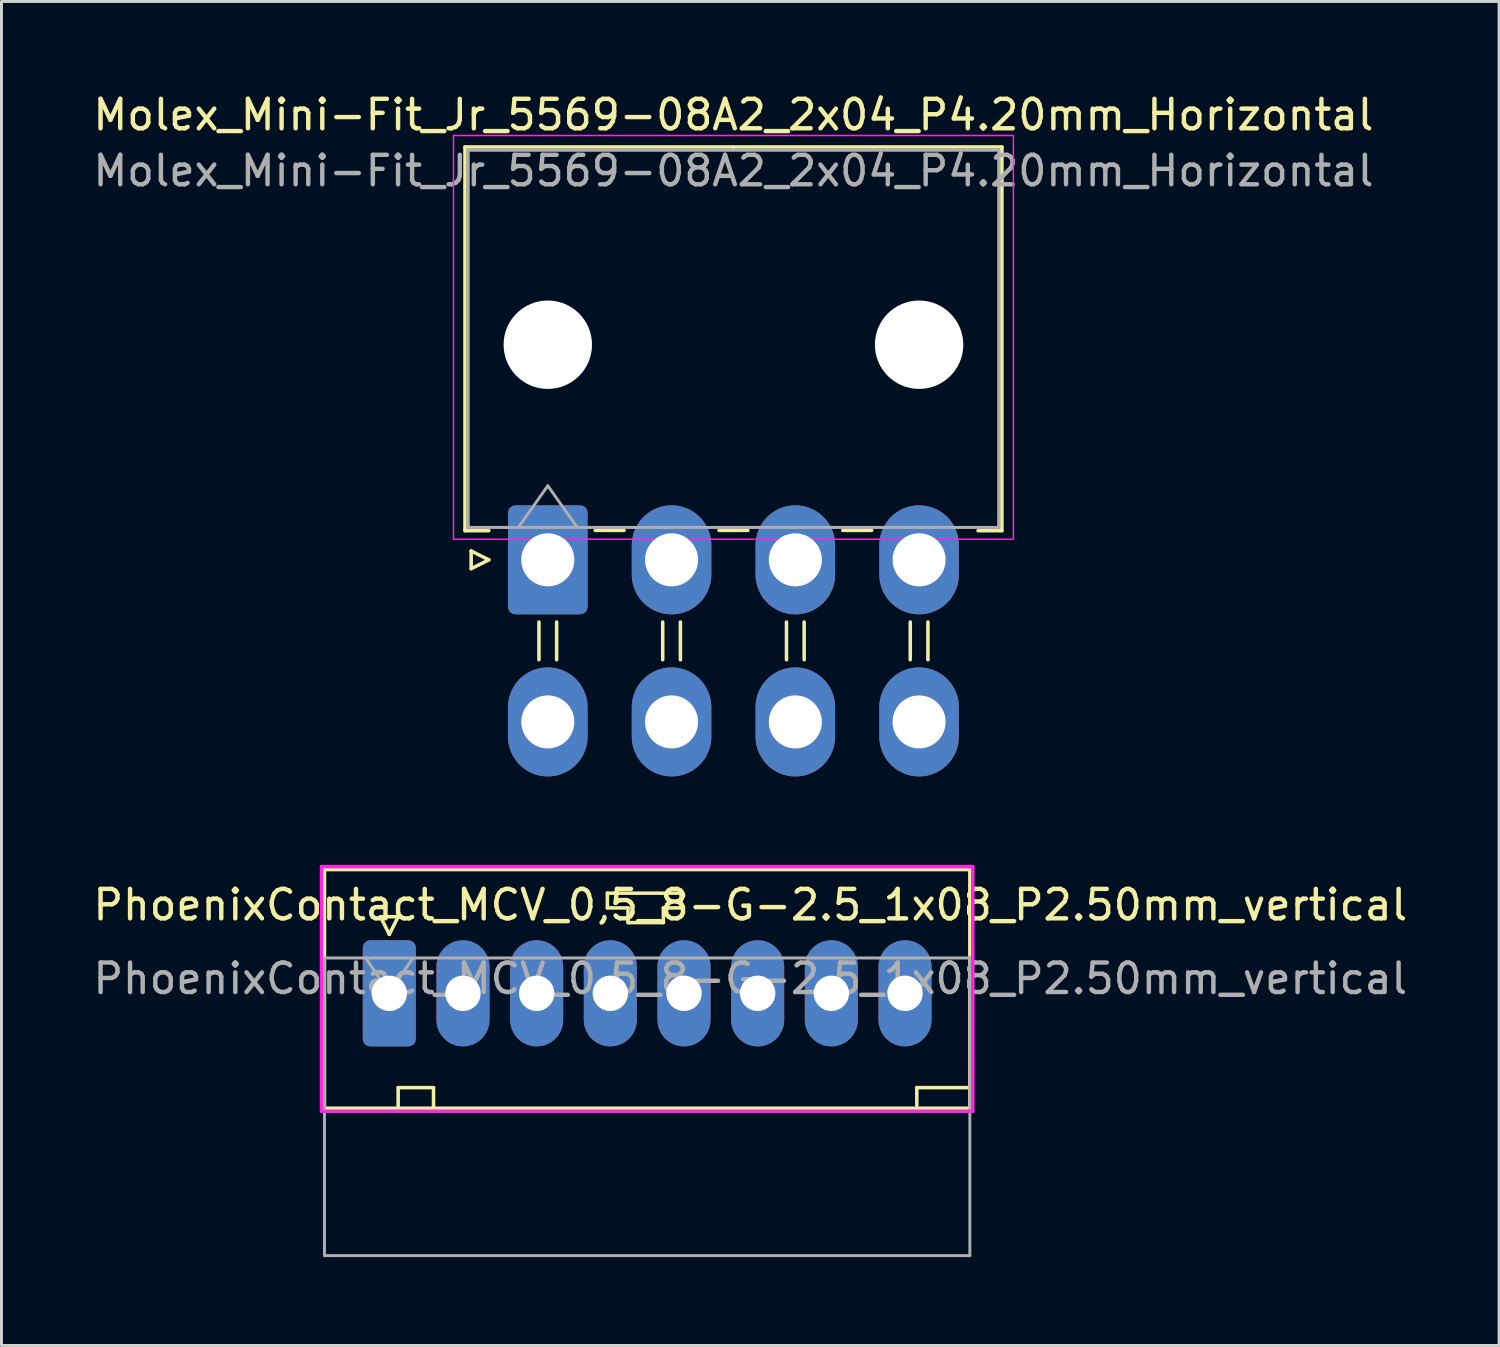
<source format=kicad_pcb>
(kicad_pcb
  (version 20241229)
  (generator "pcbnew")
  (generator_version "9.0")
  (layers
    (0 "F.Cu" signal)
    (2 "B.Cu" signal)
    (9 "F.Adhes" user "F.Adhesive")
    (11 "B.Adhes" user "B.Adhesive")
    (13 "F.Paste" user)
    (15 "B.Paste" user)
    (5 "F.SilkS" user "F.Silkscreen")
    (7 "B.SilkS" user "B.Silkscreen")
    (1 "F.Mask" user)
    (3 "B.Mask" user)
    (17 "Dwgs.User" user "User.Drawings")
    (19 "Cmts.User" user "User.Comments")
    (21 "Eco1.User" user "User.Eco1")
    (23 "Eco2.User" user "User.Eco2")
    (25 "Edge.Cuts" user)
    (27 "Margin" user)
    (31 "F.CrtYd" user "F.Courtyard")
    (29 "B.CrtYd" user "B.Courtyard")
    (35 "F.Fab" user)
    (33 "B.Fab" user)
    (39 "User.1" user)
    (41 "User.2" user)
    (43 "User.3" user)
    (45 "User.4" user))
  (footprint "PhoenixContact_MCV_0,5_8-G-2.5_1x08_P2.50mm_vertical"
    (layer "F.Cu")
    (at 10.161 30.658)
    (property "Reference" "PhoenixContact_MCV_0,5_8-G-2.5_1x08_P2.50mm_vertical" (at 12.25 -3 0) (layer "F.SilkS") (effects (font (size 1 1) (thickness 0.15))))
    (attr through_hole)
    (fp_line (start -2.2 -4.2) (end -2.2 3.9) (stroke (width 0.12) (type solid)) (layer "F.SilkS"))
    (fp_line (start -2.2 3.9) (end 19.7 3.9) (stroke (width 0.12) (type solid)) (layer "F.SilkS"))
    (fp_line (start -0.3 -2.6) (end 0.3 -2.6) (stroke (width 0.12) (type solid)) (layer "F.SilkS"))
    (fp_line (start 0 -2) (end -0.3 -2.6) (stroke (width 0.12) (type solid)) (layer "F.SilkS"))
    (fp_line (start 0.3 -2.6) (end 0 -2) (stroke (width 0.12) (type solid)) (layer "F.SilkS"))
    (fp_line (start 0.3 3.2) (end 1.5 3.2) (stroke (width 0.12) (type solid)) (layer "F.SilkS"))
    (fp_line (start 0.3 3.9) (end 0.3 3.2) (stroke (width 0.12) (type solid)) (layer "F.SilkS"))
    (fp_line (start 1.5 3.2) (end 1.5 3.9) (stroke (width 0.12) (type solid)) (layer "F.SilkS"))
    (fp_line (start 7.4 -3.4) (end 9.9 -3.4) (stroke (width 0.12) (type solid)) (layer "F.SilkS"))
    (fp_line (start 7.4 -2.9) (end 7.4 -3.4) (stroke (width 0.12) (type solid)) (layer "F.SilkS"))
    (fp_line (start 8.1 -2.9) (end 7.4 -2.9) (stroke (width 0.12) (type solid)) (layer "F.SilkS"))
    (fp_line (start 8.1 -2.4) (end 8.1 -2.9) (stroke (width 0.12) (type solid)) (layer "F.SilkS"))
    (fp_line (start 9.3 -2.9) (end 9.3 -2.4) (stroke (width 0.12) (type solid)) (layer "F.SilkS"))
    (fp_line (start 9.3 -2.4) (end 8.1 -2.4) (stroke (width 0.12) (type solid)) (layer "F.SilkS"))
    (fp_line (start 9.9 -3.4) (end 9.9 -2.9) (stroke (width 0.12) (type solid)) (layer "F.SilkS"))
    (fp_line (start 9.9 -2.9) (end 9.3 -2.9) (stroke (width 0.12) (type solid)) (layer "F.SilkS"))
    (fp_line (start 17.9 3.2) (end 17.9 3.8) (stroke (width 0.12) (type solid)) (layer "F.SilkS"))
    (fp_line (start 19.7 -4.2) (end -2.2 -4.2) (stroke (width 0.12) (type solid)) (layer "F.SilkS"))
    (fp_line (start 19.7 3.2) (end 17.9 3.2) (stroke (width 0.12) (type solid)) (layer "F.SilkS"))
    (fp_line (start 19.7 3.9) (end 19.7 -4.2) (stroke (width 0.12) (type solid)) (layer "F.SilkS"))
    (fp_line (start -2.3 -4.3) (end 19.8 -4.3) (stroke (width 0.12) (type solid)) (layer "F.CrtYd"))
    (fp_line (start -2.3 4) (end -2.3 -4.3) (stroke (width 0.12) (type solid)) (layer "F.CrtYd"))
    (fp_line (start 19.8 -4.3) (end 19.8 4) (stroke (width 0.12) (type solid)) (layer "F.CrtYd"))
    (fp_line (start 19.8 4) (end -2.3 4) (stroke (width 0.12) (type solid)) (layer "F.CrtYd"))
    (fp_line (start -2.2 -1.2) (end -2.2 8.9) (stroke (width 0.1) (type solid)) (layer "F.Fab"))
    (fp_line (start -2.2 8.9) (end 19.7 8.9) (stroke (width 0.1) (type solid)) (layer "F.Fab"))
    (fp_line (start 0 0) (end -0.8 -1.2) (stroke (width 0.1) (type solid)) (layer "F.Fab"))
    (fp_line (start 0.8 -1.2) (end 0 0) (stroke (width 0.1) (type solid)) (layer "F.Fab"))
    (fp_line (start 19.7 -1.2) (end -2.2 -1.2) (stroke (width 0.1) (type solid)) (layer "F.Fab"))
    (fp_line (start 19.7 8.9) (end 19.7 -1.2) (stroke (width 0.1) (type solid)) (layer "F.Fab"))
    (fp_text user "${REFERENCE}" (at 12.25 -0.5 0) (layer "F.Fab") (effects (font (size 1 1) (thickness 0.15))))
    (pad "1" thru_hole roundrect (at 0 0) (size 1.8 3.6) (drill 1.2) (layers "*.Cu" "*.Mask") (roundrect_rratio 0.139))
    (pad "2" thru_hole oval (at 2.5 0) (size 1.8 3.6) (drill 1.2) (layers "*.Cu" "*.Mask"))
    (pad "3" thru_hole oval (at 5 0) (size 1.8 3.6) (drill 1.2) (layers "*.Cu" "*.Mask"))
    (pad "4" thru_hole oval (at 7.5 0) (size 1.8 3.6) (drill 1.2) (layers "*.Cu" "*.Mask"))
    (pad "5" thru_hole oval (at 10 0) (size 1.8 3.6) (drill 1.2) (layers "*.Cu" "*.Mask"))
    (pad "6" thru_hole oval (at 12.5 0) (size 1.8 3.6) (drill 1.2) (layers "*.Cu" "*.Mask"))
    (pad "7" thru_hole oval (at 15 0) (size 1.8 3.6) (drill 1.2) (layers "*.Cu" "*.Mask"))
    (pad "8" thru_hole oval (at 17.5 0) (size 1.8 3.6) (drill 1.2) (layers "*.Cu" "*.Mask")))
  (footprint "Molex_Mini-Fit_Jr_5569-08A2_2x04_P4.20mm_Horizontal"
    (layer "F.Cu")
    (at 15.539 15.948)
    (property "Reference" "Molex_Mini-Fit_Jr_5569-08A2_2x04_P4.20mm_Horizontal" (at 6.3 -15.1 180) (layer "F.SilkS") (effects (font (size 1 1) (thickness 0.15))))
    (attr through_hole)
    (fp_line (start -2.81 -14.01) (end 6.3 -14.01) (stroke (width 0.12) (type solid)) (layer "F.SilkS"))
    (fp_line (start -2.81 -0.99) (end -2.81 -14.01) (stroke (width 0.12) (type solid)) (layer "F.SilkS"))
    (fp_line (start -2.6 -0.3) (end -2 0) (stroke (width 0.12) (type solid)) (layer "F.SilkS"))
    (fp_line (start -2.6 0.3) (end -2.6 -0.3) (stroke (width 0.12) (type solid)) (layer "F.SilkS"))
    (fp_line (start -2 -0.99) (end -2.81 -0.99) (stroke (width 0.12) (type solid)) (layer "F.SilkS"))
    (fp_line (start -2 0) (end -2.6 0.3) (stroke (width 0.12) (type solid)) (layer "F.SilkS"))
    (fp_line (start -0.3 2.11) (end -0.3 3.39) (stroke (width 0.12) (type solid)) (layer "F.SilkS"))
    (fp_line (start 0.3 2.11) (end 0.3 3.39) (stroke (width 0.12) (type solid)) (layer "F.SilkS"))
    (fp_line (start 1.61 -1) (end 2.59 -1) (stroke (width 0.12) (type solid)) (layer "F.SilkS"))
    (fp_line (start 3.9 2.11) (end 3.9 3.39) (stroke (width 0.12) (type solid)) (layer "F.SilkS"))
    (fp_line (start 4.5 2.11) (end 4.5 3.39) (stroke (width 0.12) (type solid)) (layer "F.SilkS"))
    (fp_line (start 5.81 -1) (end 6.79 -1) (stroke (width 0.12) (type solid)) (layer "F.SilkS"))
    (fp_line (start 8.1 2.11) (end 8.1 3.39) (stroke (width 0.12) (type solid)) (layer "F.SilkS"))
    (fp_line (start 8.7 2.11) (end 8.7 3.39) (stroke (width 0.12) (type solid)) (layer "F.SilkS"))
    (fp_line (start 10.01 -1) (end 10.99 -1) (stroke (width 0.12) (type solid)) (layer "F.SilkS"))
    (fp_line (start 12.3 2.11) (end 12.3 3.39) (stroke (width 0.12) (type solid)) (layer "F.SilkS"))
    (fp_line (start 12.9 2.11) (end 12.9 3.39) (stroke (width 0.12) (type solid)) (layer "F.SilkS"))
    (fp_line (start 14.6 -0.99) (end 15.41 -0.99) (stroke (width 0.12) (type solid)) (layer "F.SilkS"))
    (fp_line (start 15.41 -14.01) (end 6.3 -14.01) (stroke (width 0.12) (type solid)) (layer "F.SilkS"))
    (fp_line (start 15.41 -0.99) (end 15.41 -14.01) (stroke (width 0.12) (type solid)) (layer "F.SilkS"))
    (fp_rect (start -3.2 -14.4) (end 15.8 -0.7) (stroke (width 0.05) (type default)) (fill no) (layer "F.CrtYd"))
    (fp_line (start -2.7 -13.9) (end -2.7 -1.1) (stroke (width 0.1) (type solid)) (layer "F.Fab"))
    (fp_line (start -2.7 -1.1) (end 15.3 -1.1) (stroke (width 0.1) (type solid)) (layer "F.Fab"))
    (fp_line (start -1 -1.1) (end 0 -2.514) (stroke (width 0.1) (type solid)) (layer "F.Fab"))
    (fp_line (start 0 -2.514) (end 1 -1.1) (stroke (width 0.1) (type solid)) (layer "F.Fab"))
    (fp_line (start 15.3 -13.9) (end -2.7 -13.9) (stroke (width 0.1) (type solid)) (layer "F.Fab"))
    (fp_line (start 15.3 -1.1) (end 15.3 -13.9) (stroke (width 0.1) (type solid)) (layer "F.Fab"))
    (fp_text user "${REFERENCE}" (at 6.3 -13.2 180) (layer "F.Fab") (effects (font (size 1 1) (thickness 0.15))))
    (pad "" np_thru_hole circle (at 0 -7.3) (size 3 3) (drill 3) (layers "*.Cu" "*.Mask"))
    (pad "" np_thru_hole circle (at 12.6 -7.3) (size 3 3) (drill 3) (layers "*.Cu" "*.Mask"))
    (pad "1" thru_hole roundrect (at 0 0) (size 2.7 3.7) (drill 1.8) (layers "*.Cu" "*.Mask") (roundrect_rratio 0.093))
    (pad "2" thru_hole oval (at 4.2 0) (size 2.7 3.7) (drill 1.8) (layers "*.Cu" "*.Mask"))
    (pad "3" thru_hole oval (at 8.4 0) (size 2.7 3.7) (drill 1.8) (layers "*.Cu" "*.Mask"))
    (pad "4" thru_hole oval (at 12.6 0) (size 2.7 3.7) (drill 1.8) (layers "*.Cu" "*.Mask"))
    (pad "5" thru_hole oval (at 0 5.5) (size 2.7 3.7) (drill 1.8) (layers "*.Cu" "*.Mask"))
    (pad "6" thru_hole oval (at 4.2 5.5) (size 2.7 3.7) (drill 1.8) (layers "*.Cu" "*.Mask"))
    (pad "7" thru_hole oval (at 8.4 5.5) (size 2.7 3.7) (drill 1.8) (layers "*.Cu" "*.Mask"))
    (pad "8" thru_hole oval (at 12.6 5.5) (size 2.7 3.7) (drill 1.8) (layers "*.Cu" "*.Mask")))
  (gr_rect
    (start -3 -3)
    (end 47.821 42.608)
    (stroke (width 0.1) (type default))
    (fill no)
    (layer "Edge.Cuts")))
</source>
